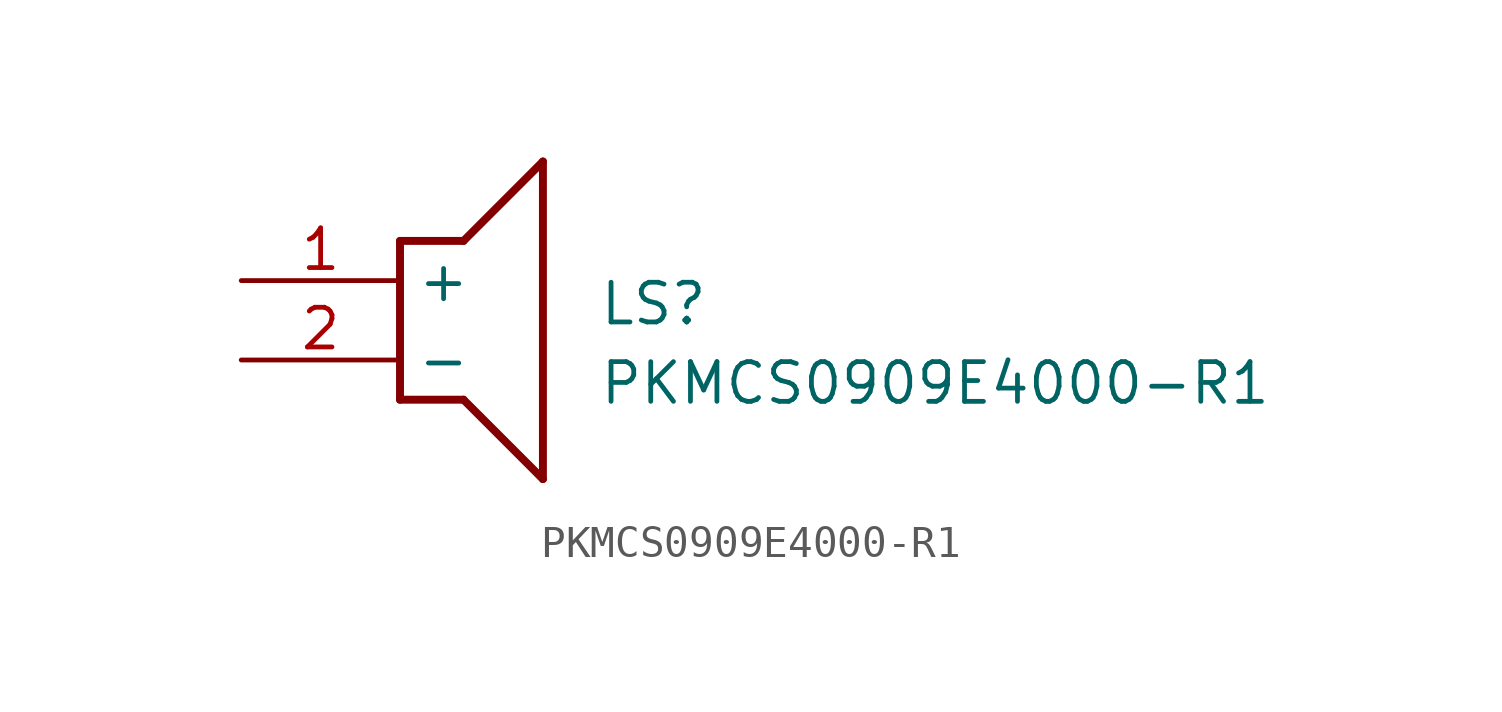
<source format=kicad_sym>
(kicad_symbol_lib
  (version 20211014)
  (generator SamacSys_ECAD_Model)
  (symbol "PKMCS0909E4000-R1"
    (property "Reference" "LS"
      (at 11.43 0 0)
      (effects (font (size 1.27 1.27)) (justify left top)))
    (property "Value" "PKMCS0909E4000-R1"
      (at 11.43 -2.54 0)
      (effects (font (size 1.27 1.27)) (justify left top)))
    (polyline
      (pts (xy 5.08 1.27) (xy 7.112 1.27))
      (stroke (width 0.254) (type default))
      (fill (type none)))
    (polyline
      (pts (xy 9.652 3.81) (xy 7.112 1.27))
      (stroke (width 0.254) (type default))
      (fill (type none)))
    (polyline
      (pts (xy 9.652 3.81) (xy 9.652 -6.35))
      (stroke (width 0.254) (type default))
      (fill (type none)))
    (polyline
      (pts (xy 7.112 -3.81) (xy 9.652 -6.35))
      (stroke (width 0.254) (type default))
      (fill (type none)))
    (polyline
      (pts (xy 7.112 -3.81) (xy 5.08 -3.81))
      (stroke (width 0.254) (type default))
      (fill (type none)))
    (polyline
      (pts (xy 5.08 1.27) (xy 5.08 -3.81))
      (stroke (width 0.254) (type default))
      (fill (type none)))
    (pin passive line
      (at 0 0 0)
      (length 5.08)
      (name "+" (effects (font (size 1.27 1.27))))
      (number "1" (effects (font (size 1.27 1.27)))))
    (pin passive line
      (at 0 -2.54 0)
      (length 5.08)
      (name "-" (effects (font (size 1.27 1.27))))
      (number "2" (effects (font (size 1.27 1.27)))))))
</source>
